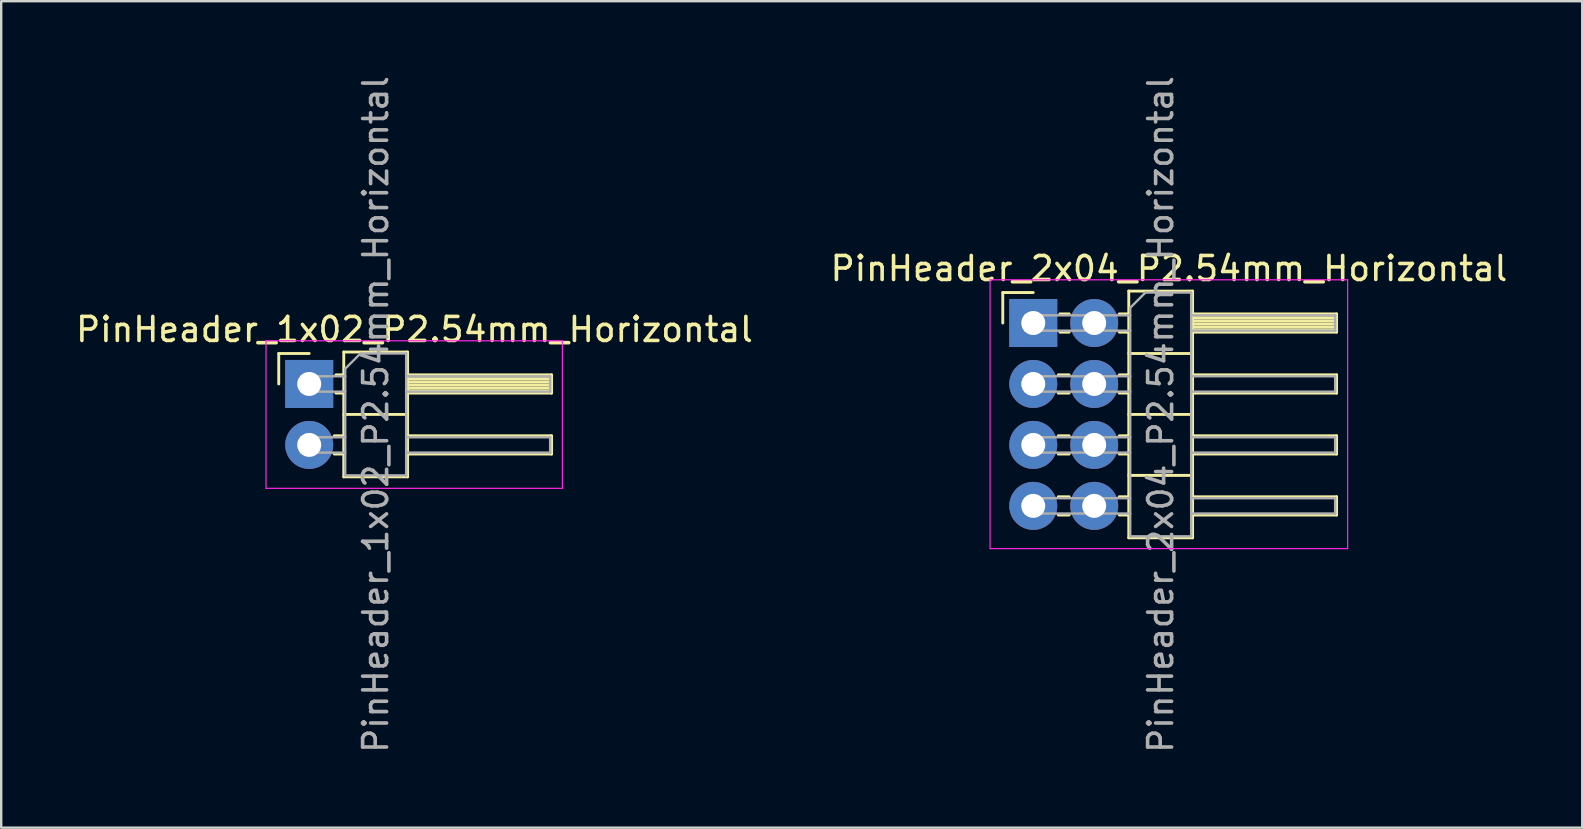
<source format=kicad_pcb>
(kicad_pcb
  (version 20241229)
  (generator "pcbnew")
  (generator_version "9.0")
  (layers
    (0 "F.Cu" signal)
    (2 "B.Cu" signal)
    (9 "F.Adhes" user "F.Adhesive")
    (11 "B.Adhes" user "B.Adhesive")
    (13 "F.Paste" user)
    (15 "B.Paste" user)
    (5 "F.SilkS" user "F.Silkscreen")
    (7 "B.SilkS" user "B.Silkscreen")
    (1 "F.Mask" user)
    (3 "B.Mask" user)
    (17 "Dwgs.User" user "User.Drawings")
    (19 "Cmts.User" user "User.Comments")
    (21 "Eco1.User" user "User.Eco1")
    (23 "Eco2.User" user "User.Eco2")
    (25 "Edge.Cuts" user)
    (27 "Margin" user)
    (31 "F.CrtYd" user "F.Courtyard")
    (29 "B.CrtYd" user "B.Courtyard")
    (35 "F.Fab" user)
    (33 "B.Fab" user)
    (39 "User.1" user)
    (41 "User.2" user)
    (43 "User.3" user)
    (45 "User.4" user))
  (footprint "PinHeader_2x04_P2.54mm_Horizontal"
    (layer "F.Cu")
    (at 40.006 10.41)
    (property "Reference" "PinHeader_2x04_P2.54mm_Horizontal" (at 5.655 -2.27 0) (layer "F.SilkS") (effects (font (size 1 1) (thickness 0.15))))
    (attr through_hole)
    (fp_line (start -1.27 -1.27) (end 0 -1.27) (stroke (width 0.12) (type solid)) (layer "F.SilkS"))
    (fp_line (start -1.27 0) (end -1.27 -1.27) (stroke (width 0.12) (type solid)) (layer "F.SilkS"))
    (fp_line (start 1.043 2.16) (end 1.497 2.16) (stroke (width 0.12) (type solid)) (layer "F.SilkS"))
    (fp_line (start 1.043 2.92) (end 1.497 2.92) (stroke (width 0.12) (type solid)) (layer "F.SilkS"))
    (fp_line (start 1.043 4.7) (end 1.497 4.7) (stroke (width 0.12) (type solid)) (layer "F.SilkS"))
    (fp_line (start 1.043 5.46) (end 1.497 5.46) (stroke (width 0.12) (type solid)) (layer "F.SilkS"))
    (fp_line (start 1.043 7.24) (end 1.497 7.24) (stroke (width 0.12) (type solid)) (layer "F.SilkS"))
    (fp_line (start 1.043 8) (end 1.497 8) (stroke (width 0.12) (type solid)) (layer "F.SilkS"))
    (fp_line (start 1.11 -0.38) (end 1.497 -0.38) (stroke (width 0.12) (type solid)) (layer "F.SilkS"))
    (fp_line (start 1.11 0.38) (end 1.497 0.38) (stroke (width 0.12) (type solid)) (layer "F.SilkS"))
    (fp_line (start 3.583 -0.38) (end 3.98 -0.38) (stroke (width 0.12) (type solid)) (layer "F.SilkS"))
    (fp_line (start 3.583 0.38) (end 3.98 0.38) (stroke (width 0.12) (type solid)) (layer "F.SilkS"))
    (fp_line (start 3.583 2.16) (end 3.98 2.16) (stroke (width 0.12) (type solid)) (layer "F.SilkS"))
    (fp_line (start 3.583 2.92) (end 3.98 2.92) (stroke (width 0.12) (type solid)) (layer "F.SilkS"))
    (fp_line (start 3.583 4.7) (end 3.98 4.7) (stroke (width 0.12) (type solid)) (layer "F.SilkS"))
    (fp_line (start 3.583 5.46) (end 3.98 5.46) (stroke (width 0.12) (type solid)) (layer "F.SilkS"))
    (fp_line (start 3.583 7.24) (end 3.98 7.24) (stroke (width 0.12) (type solid)) (layer "F.SilkS"))
    (fp_line (start 3.583 8) (end 3.98 8) (stroke (width 0.12) (type solid)) (layer "F.SilkS"))
    (fp_line (start 3.98 -1.33) (end 3.98 8.95) (stroke (width 0.12) (type solid)) (layer "F.SilkS"))
    (fp_line (start 3.98 1.27) (end 6.64 1.27) (stroke (width 0.12) (type solid)) (layer "F.SilkS"))
    (fp_line (start 3.98 3.81) (end 6.64 3.81) (stroke (width 0.12) (type solid)) (layer "F.SilkS"))
    (fp_line (start 3.98 6.35) (end 6.64 6.35) (stroke (width 0.12) (type solid)) (layer "F.SilkS"))
    (fp_line (start 3.98 8.95) (end 6.64 8.95) (stroke (width 0.12) (type solid)) (layer "F.SilkS"))
    (fp_line (start 6.64 -1.33) (end 3.98 -1.33) (stroke (width 0.12) (type solid)) (layer "F.SilkS"))
    (fp_line (start 6.64 -0.38) (end 12.64 -0.38) (stroke (width 0.12) (type solid)) (layer "F.SilkS"))
    (fp_line (start 6.64 -0.32) (end 12.64 -0.32) (stroke (width 0.12) (type solid)) (layer "F.SilkS"))
    (fp_line (start 6.64 -0.2) (end 12.64 -0.2) (stroke (width 0.12) (type solid)) (layer "F.SilkS"))
    (fp_line (start 6.64 -0.08) (end 12.64 -0.08) (stroke (width 0.12) (type solid)) (layer "F.SilkS"))
    (fp_line (start 6.64 0.04) (end 12.64 0.04) (stroke (width 0.12) (type solid)) (layer "F.SilkS"))
    (fp_line (start 6.64 0.16) (end 12.64 0.16) (stroke (width 0.12) (type solid)) (layer "F.SilkS"))
    (fp_line (start 6.64 0.28) (end 12.64 0.28) (stroke (width 0.12) (type solid)) (layer "F.SilkS"))
    (fp_line (start 6.64 2.16) (end 12.64 2.16) (stroke (width 0.12) (type solid)) (layer "F.SilkS"))
    (fp_line (start 6.64 4.7) (end 12.64 4.7) (stroke (width 0.12) (type solid)) (layer "F.SilkS"))
    (fp_line (start 6.64 7.24) (end 12.64 7.24) (stroke (width 0.12) (type solid)) (layer "F.SilkS"))
    (fp_line (start 6.64 8.95) (end 6.64 -1.33) (stroke (width 0.12) (type solid)) (layer "F.SilkS"))
    (fp_line (start 12.64 -0.38) (end 12.64 0.38) (stroke (width 0.12) (type solid)) (layer "F.SilkS"))
    (fp_line (start 12.64 0.38) (end 6.64 0.38) (stroke (width 0.12) (type solid)) (layer "F.SilkS"))
    (fp_line (start 12.64 2.16) (end 12.64 2.92) (stroke (width 0.12) (type solid)) (layer "F.SilkS"))
    (fp_line (start 12.64 2.92) (end 6.64 2.92) (stroke (width 0.12) (type solid)) (layer "F.SilkS"))
    (fp_line (start 12.64 4.7) (end 12.64 5.46) (stroke (width 0.12) (type solid)) (layer "F.SilkS"))
    (fp_line (start 12.64 5.46) (end 6.64 5.46) (stroke (width 0.12) (type solid)) (layer "F.SilkS"))
    (fp_line (start 12.64 7.24) (end 12.64 8) (stroke (width 0.12) (type solid)) (layer "F.SilkS"))
    (fp_line (start 12.64 8) (end 6.64 8) (stroke (width 0.12) (type solid)) (layer "F.SilkS"))
    (fp_line (start -1.8 -1.8) (end -1.8 9.4) (stroke (width 0.05) (type solid)) (layer "F.CrtYd"))
    (fp_line (start -1.8 9.4) (end 13.1 9.4) (stroke (width 0.05) (type solid)) (layer "F.CrtYd"))
    (fp_line (start 13.1 -1.8) (end -1.8 -1.8) (stroke (width 0.05) (type solid)) (layer "F.CrtYd"))
    (fp_line (start 13.1 9.4) (end 13.1 -1.8) (stroke (width 0.05) (type solid)) (layer "F.CrtYd"))
    (fp_line (start -0.32 -0.32) (end -0.32 0.32) (stroke (width 0.1) (type solid)) (layer "F.Fab"))
    (fp_line (start -0.32 -0.32) (end 4.04 -0.32) (stroke (width 0.1) (type solid)) (layer "F.Fab"))
    (fp_line (start -0.32 0.32) (end 4.04 0.32) (stroke (width 0.1) (type solid)) (layer "F.Fab"))
    (fp_line (start -0.32 2.22) (end -0.32 2.86) (stroke (width 0.1) (type solid)) (layer "F.Fab"))
    (fp_line (start -0.32 2.22) (end 4.04 2.22) (stroke (width 0.1) (type solid)) (layer "F.Fab"))
    (fp_line (start -0.32 2.86) (end 4.04 2.86) (stroke (width 0.1) (type solid)) (layer "F.Fab"))
    (fp_line (start -0.32 4.76) (end -0.32 5.4) (stroke (width 0.1) (type solid)) (layer "F.Fab"))
    (fp_line (start -0.32 4.76) (end 4.04 4.76) (stroke (width 0.1) (type solid)) (layer "F.Fab"))
    (fp_line (start -0.32 5.4) (end 4.04 5.4) (stroke (width 0.1) (type solid)) (layer "F.Fab"))
    (fp_line (start -0.32 7.3) (end -0.32 7.94) (stroke (width 0.1) (type solid)) (layer "F.Fab"))
    (fp_line (start -0.32 7.3) (end 4.04 7.3) (stroke (width 0.1) (type solid)) (layer "F.Fab"))
    (fp_line (start -0.32 7.94) (end 4.04 7.94) (stroke (width 0.1) (type solid)) (layer "F.Fab"))
    (fp_line (start 4.04 -0.635) (end 4.675 -1.27) (stroke (width 0.1) (type solid)) (layer "F.Fab"))
    (fp_line (start 4.04 8.89) (end 4.04 -0.635) (stroke (width 0.1) (type solid)) (layer "F.Fab"))
    (fp_line (start 4.675 -1.27) (end 6.58 -1.27) (stroke (width 0.1) (type solid)) (layer "F.Fab"))
    (fp_line (start 6.58 -1.27) (end 6.58 8.89) (stroke (width 0.1) (type solid)) (layer "F.Fab"))
    (fp_line (start 6.58 -0.32) (end 12.58 -0.32) (stroke (width 0.1) (type solid)) (layer "F.Fab"))
    (fp_line (start 6.58 0.32) (end 12.58 0.32) (stroke (width 0.1) (type solid)) (layer "F.Fab"))
    (fp_line (start 6.58 2.22) (end 12.58 2.22) (stroke (width 0.1) (type solid)) (layer "F.Fab"))
    (fp_line (start 6.58 2.86) (end 12.58 2.86) (stroke (width 0.1) (type solid)) (layer "F.Fab"))
    (fp_line (start 6.58 4.76) (end 12.58 4.76) (stroke (width 0.1) (type solid)) (layer "F.Fab"))
    (fp_line (start 6.58 5.4) (end 12.58 5.4) (stroke (width 0.1) (type solid)) (layer "F.Fab"))
    (fp_line (start 6.58 7.3) (end 12.58 7.3) (stroke (width 0.1) (type solid)) (layer "F.Fab"))
    (fp_line (start 6.58 7.94) (end 12.58 7.94) (stroke (width 0.1) (type solid)) (layer "F.Fab"))
    (fp_line (start 6.58 8.89) (end 4.04 8.89) (stroke (width 0.1) (type solid)) (layer "F.Fab"))
    (fp_line (start 12.58 -0.32) (end 12.58 0.32) (stroke (width 0.1) (type solid)) (layer "F.Fab"))
    (fp_line (start 12.58 2.22) (end 12.58 2.86) (stroke (width 0.1) (type solid)) (layer "F.Fab"))
    (fp_line (start 12.58 4.76) (end 12.58 5.4) (stroke (width 0.1) (type solid)) (layer "F.Fab"))
    (fp_line (start 12.58 7.3) (end 12.58 7.94) (stroke (width 0.1) (type solid)) (layer "F.Fab"))
    (fp_text user "${REFERENCE}" (at 5.31 3.81 90) (layer "F.Fab") (effects (font (size 1 1) (thickness 0.15))))
    (pad "1" thru_hole rect (at 0 0) (size 2 2) (drill 1) (layers "*.Cu" "*.Mask"))
    (pad "2" thru_hole oval (at 2.54 0) (size 2 2) (drill 1) (layers "*.Cu" "*.Mask"))
    (pad "3" thru_hole oval (at 0 2.54) (size 2 2) (drill 1) (layers "*.Cu" "*.Mask"))
    (pad "4" thru_hole oval (at 2.54 2.54) (size 2 2) (drill 1) (layers "*.Cu" "*.Mask"))
    (pad "5" thru_hole oval (at 0 5.08) (size 2 2) (drill 1) (layers "*.Cu" "*.Mask"))
    (pad "6" thru_hole oval (at 2.54 5.08) (size 2 2) (drill 1) (layers "*.Cu" "*.Mask"))
    (pad "7" thru_hole oval (at 0 7.62) (size 2 2) (drill 1) (layers "*.Cu" "*.Mask"))
    (pad "8" thru_hole oval (at 2.54 7.62) (size 2 2) (drill 1) (layers "*.Cu" "*.Mask")))
  (footprint "PinHeader_1x02_P2.54mm_Horizontal"
    (layer "F.Cu")
    (at 9.835 12.95)
    (property "Reference" "PinHeader_1x02_P2.54mm_Horizontal" (at 4.385 -2.27 0) (layer "F.SilkS") (effects (font (size 1 1) (thickness 0.15))))
    (attr through_hole)
    (fp_line (start -1.27 -1.27) (end 0 -1.27) (stroke (width 0.12) (type solid)) (layer "F.SilkS"))
    (fp_line (start -1.27 0) (end -1.27 -1.27) (stroke (width 0.12) (type solid)) (layer "F.SilkS"))
    (fp_line (start 1.043 2.16) (end 1.44 2.16) (stroke (width 0.12) (type solid)) (layer "F.SilkS"))
    (fp_line (start 1.043 2.92) (end 1.44 2.92) (stroke (width 0.12) (type solid)) (layer "F.SilkS"))
    (fp_line (start 1.11 -0.38) (end 1.44 -0.38) (stroke (width 0.12) (type solid)) (layer "F.SilkS"))
    (fp_line (start 1.11 0.38) (end 1.44 0.38) (stroke (width 0.12) (type solid)) (layer "F.SilkS"))
    (fp_line (start 1.44 -1.33) (end 1.44 3.87) (stroke (width 0.12) (type solid)) (layer "F.SilkS"))
    (fp_line (start 1.44 1.27) (end 4.1 1.27) (stroke (width 0.12) (type solid)) (layer "F.SilkS"))
    (fp_line (start 1.44 3.87) (end 4.1 3.87) (stroke (width 0.12) (type solid)) (layer "F.SilkS"))
    (fp_line (start 4.1 -1.33) (end 1.44 -1.33) (stroke (width 0.12) (type solid)) (layer "F.SilkS"))
    (fp_line (start 4.1 -0.38) (end 10.1 -0.38) (stroke (width 0.12) (type solid)) (layer "F.SilkS"))
    (fp_line (start 4.1 -0.32) (end 10.1 -0.32) (stroke (width 0.12) (type solid)) (layer "F.SilkS"))
    (fp_line (start 4.1 -0.2) (end 10.1 -0.2) (stroke (width 0.12) (type solid)) (layer "F.SilkS"))
    (fp_line (start 4.1 -0.08) (end 10.1 -0.08) (stroke (width 0.12) (type solid)) (layer "F.SilkS"))
    (fp_line (start 4.1 0.04) (end 10.1 0.04) (stroke (width 0.12) (type solid)) (layer "F.SilkS"))
    (fp_line (start 4.1 0.16) (end 10.1 0.16) (stroke (width 0.12) (type solid)) (layer "F.SilkS"))
    (fp_line (start 4.1 0.28) (end 10.1 0.28) (stroke (width 0.12) (type solid)) (layer "F.SilkS"))
    (fp_line (start 4.1 2.16) (end 10.1 2.16) (stroke (width 0.12) (type solid)) (layer "F.SilkS"))
    (fp_line (start 4.1 3.87) (end 4.1 -1.33) (stroke (width 0.12) (type solid)) (layer "F.SilkS"))
    (fp_line (start 10.1 -0.38) (end 10.1 0.38) (stroke (width 0.12) (type solid)) (layer "F.SilkS"))
    (fp_line (start 10.1 0.38) (end 4.1 0.38) (stroke (width 0.12) (type solid)) (layer "F.SilkS"))
    (fp_line (start 10.1 2.16) (end 10.1 2.92) (stroke (width 0.12) (type solid)) (layer "F.SilkS"))
    (fp_line (start 10.1 2.92) (end 4.1 2.92) (stroke (width 0.12) (type solid)) (layer "F.SilkS"))
    (fp_line (start -1.8 -1.8) (end -1.8 4.35) (stroke (width 0.05) (type solid)) (layer "F.CrtYd"))
    (fp_line (start -1.8 4.35) (end 10.55 4.35) (stroke (width 0.05) (type solid)) (layer "F.CrtYd"))
    (fp_line (start 10.55 -1.8) (end -1.8 -1.8) (stroke (width 0.05) (type solid)) (layer "F.CrtYd"))
    (fp_line (start 10.55 4.35) (end 10.55 -1.8) (stroke (width 0.05) (type solid)) (layer "F.CrtYd"))
    (fp_line (start -0.32 -0.32) (end -0.32 0.32) (stroke (width 0.1) (type solid)) (layer "F.Fab"))
    (fp_line (start -0.32 -0.32) (end 1.5 -0.32) (stroke (width 0.1) (type solid)) (layer "F.Fab"))
    (fp_line (start -0.32 0.32) (end 1.5 0.32) (stroke (width 0.1) (type solid)) (layer "F.Fab"))
    (fp_line (start -0.32 2.22) (end -0.32 2.86) (stroke (width 0.1) (type solid)) (layer "F.Fab"))
    (fp_line (start -0.32 2.22) (end 1.5 2.22) (stroke (width 0.1) (type solid)) (layer "F.Fab"))
    (fp_line (start -0.32 2.86) (end 1.5 2.86) (stroke (width 0.1) (type solid)) (layer "F.Fab"))
    (fp_line (start 1.5 -0.635) (end 2.135 -1.27) (stroke (width 0.1) (type solid)) (layer "F.Fab"))
    (fp_line (start 1.5 3.81) (end 1.5 -0.635) (stroke (width 0.1) (type solid)) (layer "F.Fab"))
    (fp_line (start 2.135 -1.27) (end 4.04 -1.27) (stroke (width 0.1) (type solid)) (layer "F.Fab"))
    (fp_line (start 4.04 -1.27) (end 4.04 3.81) (stroke (width 0.1) (type solid)) (layer "F.Fab"))
    (fp_line (start 4.04 -0.32) (end 10.04 -0.32) (stroke (width 0.1) (type solid)) (layer "F.Fab"))
    (fp_line (start 4.04 0.32) (end 10.04 0.32) (stroke (width 0.1) (type solid)) (layer "F.Fab"))
    (fp_line (start 4.04 2.22) (end 10.04 2.22) (stroke (width 0.1) (type solid)) (layer "F.Fab"))
    (fp_line (start 4.04 2.86) (end 10.04 2.86) (stroke (width 0.1) (type solid)) (layer "F.Fab"))
    (fp_line (start 4.04 3.81) (end 1.5 3.81) (stroke (width 0.1) (type solid)) (layer "F.Fab"))
    (fp_line (start 10.04 -0.32) (end 10.04 0.32) (stroke (width 0.1) (type solid)) (layer "F.Fab"))
    (fp_line (start 10.04 2.22) (end 10.04 2.86) (stroke (width 0.1) (type solid)) (layer "F.Fab"))
    (fp_text user "${REFERENCE}" (at 2.77 1.27 90) (layer "F.Fab") (effects (font (size 1 1) (thickness 0.15))))
    (pad "1" thru_hole rect (at 0 0) (size 2 2) (drill 1) (layers "*.Cu" "*.Mask"))
    (pad "2" thru_hole oval (at 0 2.54) (size 2 2) (drill 1) (layers "*.Cu" "*.Mask")))
  (gr_rect
    (start -3 -3)
    (end 62.881 31.44)
    (stroke (width 0.1) (type default))
    (fill no)
    (layer "Edge.Cuts")))
</source>
